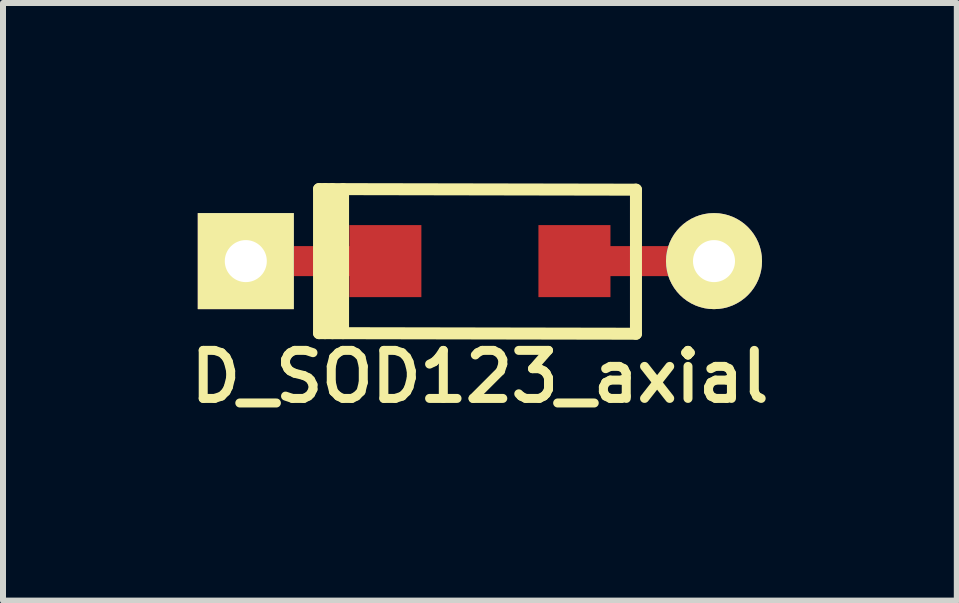
<source format=kicad_pcb>
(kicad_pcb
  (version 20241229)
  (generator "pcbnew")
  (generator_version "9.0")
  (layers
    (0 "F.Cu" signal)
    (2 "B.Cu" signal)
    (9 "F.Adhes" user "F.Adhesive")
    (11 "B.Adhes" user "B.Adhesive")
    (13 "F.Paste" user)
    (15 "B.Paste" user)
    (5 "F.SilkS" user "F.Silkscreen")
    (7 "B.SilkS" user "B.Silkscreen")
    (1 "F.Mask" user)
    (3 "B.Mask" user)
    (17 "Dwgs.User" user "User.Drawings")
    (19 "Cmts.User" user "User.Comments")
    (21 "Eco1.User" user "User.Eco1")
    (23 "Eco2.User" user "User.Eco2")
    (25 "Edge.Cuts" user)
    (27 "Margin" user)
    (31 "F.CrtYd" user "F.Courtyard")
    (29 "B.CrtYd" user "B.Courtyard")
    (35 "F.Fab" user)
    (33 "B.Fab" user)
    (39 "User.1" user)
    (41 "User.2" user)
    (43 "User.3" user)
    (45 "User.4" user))
  (footprint "D_SOD123_axial"
    (layer "F.Cu")
    (at 4.945 1.3)
    (property "Reference" "D_SOD123_axial" (at 0 1.925 0) (layer "F.SilkS") (effects (font (size 0.8 0.8) (thickness 0.15))))
    (attr smd)
    (fp_line (start -2.68 -1.2) (end 2.6 -1.19) (stroke (width 0.2) (type solid)) (layer "F.SilkS"))
    (fp_line (start -2.68 1.2) (end -2.68 -1.2) (stroke (width 0.2) (type solid)) (layer "F.SilkS"))
    (fp_line (start -2.58 -1.2) (end -2.58 1.2) (stroke (width 0.2) (type solid)) (layer "F.SilkS"))
    (fp_line (start -2.455 -1.2) (end -2.455 1.2) (stroke (width 0.2) (type solid)) (layer "F.SilkS"))
    (fp_line (start -2.28 -1.2) (end -2.28 1.2) (stroke (width 0.2) (type solid)) (layer "F.SilkS"))
    (fp_line (start 2.6 -1.19) (end 2.6 1.21) (stroke (width 0.2) (type solid)) (layer "F.SilkS"))
    (fp_line (start 2.6 1.21) (end -2.68 1.2) (stroke (width 0.2) (type solid)) (layer "F.SilkS"))
    (pad "1" thru_hole rect (at -3.9 0) (size 1.6 1.6) (drill 0.7) (layers "*.Cu" "*.Mask" "F.SilkS"))
    (pad "1" smd rect (at -2.7 0) (size 2.5 0.5) (layers "F.Cu"))
    (pad "1" smd rect (at -1.575 0) (size 1.2 1.2) (layers "F.Cu" "F.Mask" "F.Paste"))
    (pad "2" smd rect (at 1.575 0) (size 1.2 1.2) (layers "F.Cu" "F.Mask" "F.Paste"))
    (pad "2" smd rect (at 2.7 0) (size 2.5 0.5) (layers "F.Cu"))
    (pad "2" thru_hole circle (at 3.9 0) (size 1.6 1.6) (drill 0.7) (layers "*.Cu" "*.Mask" "F.SilkS")))
  (gr_rect
    (start -3 -3)
    (end 12.89 6.956)
    (stroke (width 0.1) (type default))
    (fill no)
    (layer "Edge.Cuts")))
</source>
